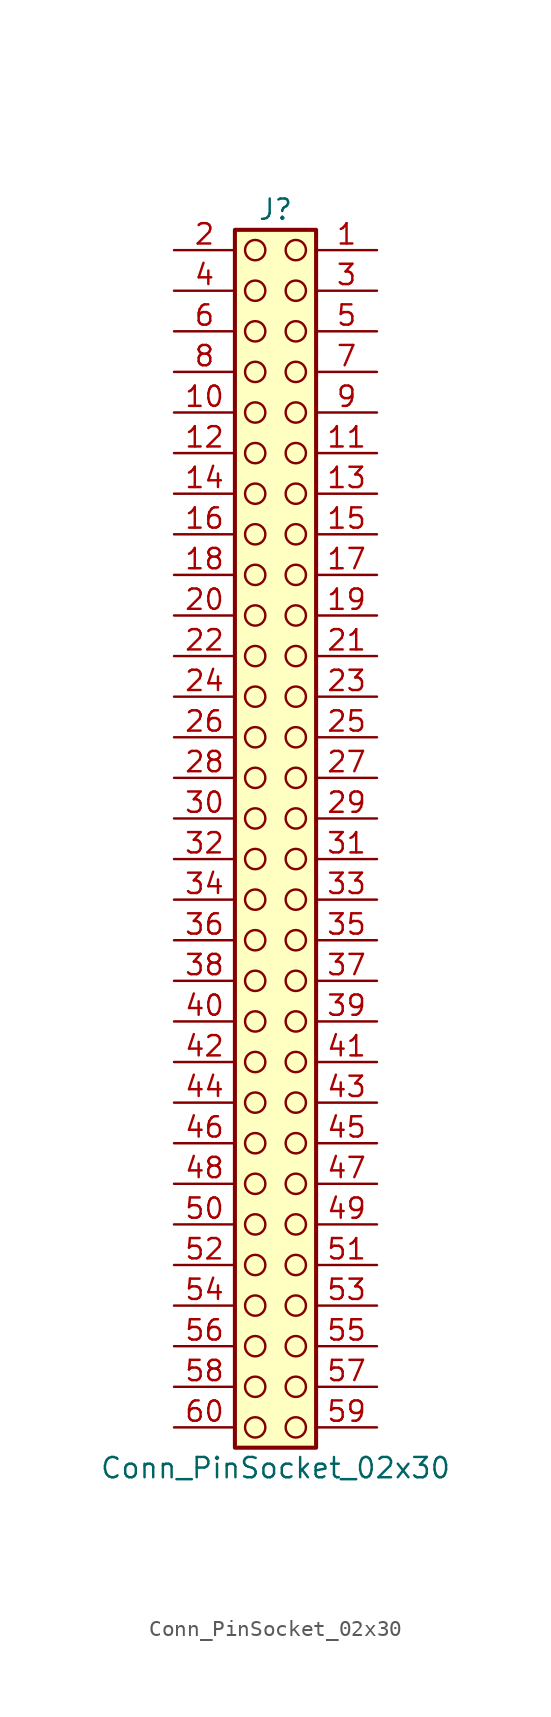
<source format=kicad_sym>
(kicad_symbol_lib
  (version 20241209)
  (generator "kicad_symbol_editor")
  (generator_version "9.0")
  (symbol "Conn_PinSocket_02x30"
    (pin_names
      (offset 1.016)
      (hide yes))
    (property "Reference" "J"
      (at 1.27 38.1 0)
      (effects (font (size 1.27 1.27))))
    (property "Value" "Conn_PinSocket_02x30"
      (at 1.27 -40.64 0)
      (effects (font (size 1.27 1.27))))
    (symbol "Conn_PinSocket_02x30_1_1"
      (rectangle (start -1.27 36.83) (end 3.81 -39.37) (stroke (width 0.254) (type default)) (fill (type background)))
      (circle (center 0 35.56) (radius 0.635) (stroke (width 0) (type solid) (color 132 0 0 1)) (fill (type none)))
      (circle (center 0 33.02) (radius 0.635) (stroke (width 0) (type solid) (color 132 0 0 1)) (fill (type none)))
      (circle (center 0 30.48) (radius 0.635) (stroke (width 0) (type solid) (color 132 0 0 1)) (fill (type none)))
      (circle (center 0 27.94) (radius 0.635) (stroke (width 0) (type solid) (color 132 0 0 1)) (fill (type none)))
      (circle (center 0 25.4) (radius 0.635) (stroke (width 0) (type solid) (color 132 0 0 1)) (fill (type none)))
      (circle (center 0 22.86) (radius 0.635) (stroke (width 0) (type solid) (color 132 0 0 1)) (fill (type none)))
      (circle (center 0 20.32) (radius 0.635) (stroke (width 0) (type solid) (color 132 0 0 1)) (fill (type none)))
      (circle (center 0 17.78) (radius 0.635) (stroke (width 0) (type solid) (color 132 0 0 1)) (fill (type none)))
      (circle (center 0 15.24) (radius 0.635) (stroke (width 0) (type solid) (color 132 0 0 1)) (fill (type none)))
      (circle (center 0 12.7) (radius 0.635) (stroke (width 0) (type solid) (color 132 0 0 1)) (fill (type none)))
      (circle (center 0 10.16) (radius 0.635) (stroke (width 0) (type solid) (color 132 0 0 1)) (fill (type none)))
      (circle (center 0 7.62) (radius 0.635) (stroke (width 0) (type solid) (color 132 0 0 1)) (fill (type none)))
      (circle (center 0 5.08) (radius 0.635) (stroke (width 0) (type solid) (color 132 0 0 1)) (fill (type none)))
      (circle (center 0 2.54) (radius 0.635) (stroke (width 0) (type solid) (color 132 0 0 1)) (fill (type none)))
      (circle (center 0 0) (radius 0.635) (stroke (width 0) (type solid) (color 132 0 0 1)) (fill (type none)))
      (circle (center 0 -2.54) (radius 0.635) (stroke (width 0) (type solid) (color 132 0 0 1)) (fill (type none)))
      (circle (center 0 -5.08) (radius 0.635) (stroke (width 0) (type solid) (color 132 0 0 1)) (fill (type none)))
      (circle (center 0 -7.62) (radius 0.635) (stroke (width 0) (type solid) (color 132 0 0 1)) (fill (type none)))
      (circle (center 0 -10.16) (radius 0.635) (stroke (width 0) (type solid) (color 132 0 0 1)) (fill (type none)))
      (circle (center 0 -12.7) (radius 0.635) (stroke (width 0) (type solid) (color 132 0 0 1)) (fill (type none)))
      (circle (center 0 -15.24) (radius 0.635) (stroke (width 0) (type solid) (color 132 0 0 1)) (fill (type none)))
      (circle (center 0 -17.78) (radius 0.635) (stroke (width 0) (type solid) (color 132 0 0 1)) (fill (type none)))
      (circle (center 0 -20.32) (radius 0.635) (stroke (width 0) (type solid) (color 132 0 0 1)) (fill (type none)))
      (circle (center 0 -22.86) (radius 0.635) (stroke (width 0) (type solid) (color 132 0 0 1)) (fill (type none)))
      (circle (center 0 -25.4) (radius 0.635) (stroke (width 0) (type solid) (color 132 0 0 1)) (fill (type none)))
      (circle (center 0 -27.94) (radius 0.635) (stroke (width 0) (type solid) (color 132 0 0 1)) (fill (type none)))
      (circle (center 0 -30.48) (radius 0.635) (stroke (width 0) (type solid) (color 132 0 0 1)) (fill (type none)))
      (circle (center 0 -33.02) (radius 0.635) (stroke (width 0) (type solid) (color 132 0 0 1)) (fill (type none)))
      (circle (center 0 -35.56) (radius 0.635) (stroke (width 0) (type solid) (color 132 0 0 1)) (fill (type none)))
      (circle (center 0 -38.1) (radius 0.635) (stroke (width 0) (type solid) (color 132 0 0 1)) (fill (type none)))
      (circle (center 2.54 35.56) (radius 0.635) (stroke (width 0) (type solid) (color 132 0 0 1)) (fill (type none)))
      (circle (center 2.54 33.02) (radius 0.635) (stroke (width 0) (type solid) (color 132 0 0 1)) (fill (type none)))
      (circle (center 2.54 30.48) (radius 0.635) (stroke (width 0) (type solid) (color 132 0 0 1)) (fill (type none)))
      (circle (center 2.54 27.94) (radius 0.635) (stroke (width 0) (type solid) (color 132 0 0 1)) (fill (type none)))
      (circle (center 2.54 25.4) (radius 0.635) (stroke (width 0) (type solid) (color 132 0 0 1)) (fill (type none)))
      (circle (center 2.54 22.86) (radius 0.635) (stroke (width 0) (type solid) (color 132 0 0 1)) (fill (type none)))
      (circle (center 2.54 20.32) (radius 0.635) (stroke (width 0) (type solid) (color 132 0 0 1)) (fill (type none)))
      (circle (center 2.54 17.78) (radius 0.635) (stroke (width 0) (type solid) (color 132 0 0 1)) (fill (type none)))
      (circle (center 2.54 15.24) (radius 0.635) (stroke (width 0) (type solid) (color 132 0 0 1)) (fill (type none)))
      (circle (center 2.54 12.7) (radius 0.635) (stroke (width 0) (type solid) (color 132 0 0 1)) (fill (type none)))
      (circle (center 2.54 10.16) (radius 0.635) (stroke (width 0) (type solid) (color 132 0 0 1)) (fill (type none)))
      (circle (center 2.54 7.62) (radius 0.635) (stroke (width 0) (type solid) (color 132 0 0 1)) (fill (type none)))
      (circle (center 2.54 5.08) (radius 0.635) (stroke (width 0) (type solid) (color 132 0 0 1)) (fill (type none)))
      (circle (center 2.54 2.54) (radius 0.635) (stroke (width 0) (type solid) (color 132 0 0 1)) (fill (type none)))
      (circle (center 2.54 0) (radius 0.635) (stroke (width 0) (type solid) (color 132 0 0 1)) (fill (type none)))
      (circle (center 2.54 -2.54) (radius 0.635) (stroke (width 0) (type solid) (color 132 0 0 1)) (fill (type none)))
      (circle (center 2.54 -5.08) (radius 0.635) (stroke (width 0) (type solid) (color 132 0 0 1)) (fill (type none)))
      (circle (center 2.54 -7.62) (radius 0.635) (stroke (width 0) (type solid) (color 132 0 0 1)) (fill (type none)))
      (circle (center 2.54 -10.16) (radius 0.635) (stroke (width 0) (type solid) (color 132 0 0 1)) (fill (type none)))
      (circle (center 2.54 -12.7) (radius 0.635) (stroke (width 0) (type solid) (color 132 0 0 1)) (fill (type none)))
      (circle (center 2.54 -15.24) (radius 0.635) (stroke (width 0) (type solid) (color 132 0 0 1)) (fill (type none)))
      (circle (center 2.54 -17.78) (radius 0.635) (stroke (width 0) (type solid) (color 132 0 0 1)) (fill (type none)))
      (circle (center 2.54 -20.32) (radius 0.635) (stroke (width 0) (type solid) (color 132 0 0 1)) (fill (type none)))
      (circle (center 2.54 -22.86) (radius 0.635) (stroke (width 0) (type solid) (color 132 0 0 1)) (fill (type none)))
      (circle (center 2.54 -25.4) (radius 0.635) (stroke (width 0) (type solid) (color 132 0 0 1)) (fill (type none)))
      (circle (center 2.54 -27.94) (radius 0.635) (stroke (width 0) (type solid) (color 132 0 0 1)) (fill (type none)))
      (circle (center 2.54 -30.48) (radius 0.635) (stroke (width 0) (type solid) (color 132 0 0 1)) (fill (type none)))
      (circle (center 2.54 -33.02) (radius 0.635) (stroke (width 0) (type solid) (color 132 0 0 1)) (fill (type none)))
      (circle (center 2.54 -35.56) (radius 0.635) (stroke (width 0) (type solid) (color 132 0 0 1)) (fill (type none)))
      (circle (center 2.54 -38.1) (radius 0.635) (stroke (width 0) (type solid) (color 132 0 0 1)) (fill (type none)))
      (pin passive line (at -5.08 35.56 0) (length 3.81) (name "Pin_2" (effects (font (size 1.27 1.27)))) (number "2" (effects (font (size 1.27 1.27)))))
      (pin passive line (at -5.08 33.02 0) (length 3.81) (name "Pin_4" (effects (font (size 1.27 1.27)))) (number "4" (effects (font (size 1.27 1.27)))))
      (pin passive line (at -5.08 30.48 0) (length 3.81) (name "Pin_6" (effects (font (size 1.27 1.27)))) (number "6" (effects (font (size 1.27 1.27)))))
      (pin passive line (at -5.08 27.94 0) (length 3.81) (name "Pin_8" (effects (font (size 1.27 1.27)))) (number "8" (effects (font (size 1.27 1.27)))))
      (pin passive line (at -5.08 25.4 0) (length 3.81) (name "Pin_10" (effects (font (size 1.27 1.27)))) (number "10" (effects (font (size 1.27 1.27)))))
      (pin passive line (at -5.08 22.86 0) (length 3.81) (name "Pin_12" (effects (font (size 1.27 1.27)))) (number "12" (effects (font (size 1.27 1.27)))))
      (pin passive line (at -5.08 20.32 0) (length 3.81) (name "Pin_14" (effects (font (size 1.27 1.27)))) (number "14" (effects (font (size 1.27 1.27)))))
      (pin passive line (at -5.08 17.78 0) (length 3.81) (name "Pin_16" (effects (font (size 1.27 1.27)))) (number "16" (effects (font (size 1.27 1.27)))))
      (pin passive line (at -5.08 15.24 0) (length 3.81) (name "Pin_18" (effects (font (size 1.27 1.27)))) (number "18" (effects (font (size 1.27 1.27)))))
      (pin passive line (at -5.08 12.7 0) (length 3.81) (name "Pin_20" (effects (font (size 1.27 1.27)))) (number "20" (effects (font (size 1.27 1.27)))))
      (pin passive line (at -5.08 10.16 0) (length 3.81) (name "Pin_22" (effects (font (size 1.27 1.27)))) (number "22" (effects (font (size 1.27 1.27)))))
      (pin passive line (at -5.08 7.62 0) (length 3.81) (name "Pin_24" (effects (font (size 1.27 1.27)))) (number "24" (effects (font (size 1.27 1.27)))))
      (pin passive line (at -5.08 5.08 0) (length 3.81) (name "Pin_26" (effects (font (size 1.27 1.27)))) (number "26" (effects (font (size 1.27 1.27)))))
      (pin passive line (at -5.08 2.54 0) (length 3.81) (name "Pin_28" (effects (font (size 1.27 1.27)))) (number "28" (effects (font (size 1.27 1.27)))))
      (pin passive line (at -5.08 0 0) (length 3.81) (name "Pin_30" (effects (font (size 1.27 1.27)))) (number "30" (effects (font (size 1.27 1.27)))))
      (pin passive line (at -5.08 -2.54 0) (length 3.81) (name "Pin_32" (effects (font (size 1.27 1.27)))) (number "32" (effects (font (size 1.27 1.27)))))
      (pin passive line (at -5.08 -5.08 0) (length 3.81) (name "Pin_34" (effects (font (size 1.27 1.27)))) (number "34" (effects (font (size 1.27 1.27)))))
      (pin passive line (at -5.08 -7.62 0) (length 3.81) (name "Pin_36" (effects (font (size 1.27 1.27)))) (number "36" (effects (font (size 1.27 1.27)))))
      (pin passive line (at -5.08 -10.16 0) (length 3.81) (name "Pin_38" (effects (font (size 1.27 1.27)))) (number "38" (effects (font (size 1.27 1.27)))))
      (pin passive line (at -5.08 -12.7 0) (length 3.81) (name "Pin_40" (effects (font (size 1.27 1.27)))) (number "40" (effects (font (size 1.27 1.27)))))
      (pin passive line (at -5.08 -15.24 0) (length 3.81) (name "Pin_42" (effects (font (size 1.27 1.27)))) (number "42" (effects (font (size 1.27 1.27)))))
      (pin passive line (at -5.08 -17.78 0) (length 3.81) (name "Pin_44" (effects (font (size 1.27 1.27)))) (number "44" (effects (font (size 1.27 1.27)))))
      (pin passive line (at -5.08 -20.32 0) (length 3.81) (name "Pin_46" (effects (font (size 1.27 1.27)))) (number "46" (effects (font (size 1.27 1.27)))))
      (pin passive line (at -5.08 -22.86 0) (length 3.81) (name "Pin_48" (effects (font (size 1.27 1.27)))) (number "48" (effects (font (size 1.27 1.27)))))
      (pin passive line (at -5.08 -25.4 0) (length 3.81) (name "Pin_50" (effects (font (size 1.27 1.27)))) (number "50" (effects (font (size 1.27 1.27)))))
      (pin passive line (at -5.08 -27.94 0) (length 3.81) (name "Pin_52" (effects (font (size 1.27 1.27)))) (number "52" (effects (font (size 1.27 1.27)))))
      (pin passive line (at -5.08 -30.48 0) (length 3.81) (name "Pin_54" (effects (font (size 1.27 1.27)))) (number "54" (effects (font (size 1.27 1.27)))))
      (pin passive line (at -5.08 -33.02 0) (length 3.81) (name "Pin_56" (effects (font (size 1.27 1.27)))) (number "56" (effects (font (size 1.27 1.27)))))
      (pin passive line (at -5.08 -35.56 0) (length 3.81) (name "Pin_58" (effects (font (size 1.27 1.27)))) (number "58" (effects (font (size 1.27 1.27)))))
      (pin passive line (at -5.08 -38.1 0) (length 3.81) (name "Pin_60" (effects (font (size 1.27 1.27)))) (number "60" (effects (font (size 1.27 1.27)))))
      (pin passive line (at 7.62 35.56 180) (length 3.81) (name "Pin_1" (effects (font (size 1.27 1.27)))) (number "1" (effects (font (size 1.27 1.27)))))
      (pin passive line (at 7.62 33.02 180) (length 3.81) (name "Pin_3" (effects (font (size 1.27 1.27)))) (number "3" (effects (font (size 1.27 1.27)))))
      (pin passive line (at 7.62 30.48 180) (length 3.81) (name "Pin_5" (effects (font (size 1.27 1.27)))) (number "5" (effects (font (size 1.27 1.27)))))
      (pin passive line (at 7.62 27.94 180) (length 3.81) (name "Pin_7" (effects (font (size 1.27 1.27)))) (number "7" (effects (font (size 1.27 1.27)))))
      (pin passive line (at 7.62 25.4 180) (length 3.81) (name "Pin_9" (effects (font (size 1.27 1.27)))) (number "9" (effects (font (size 1.27 1.27)))))
      (pin passive line (at 7.62 22.86 180) (length 3.81) (name "Pin_11" (effects (font (size 1.27 1.27)))) (number "11" (effects (font (size 1.27 1.27)))))
      (pin passive line (at 7.62 20.32 180) (length 3.81) (name "Pin_13" (effects (font (size 1.27 1.27)))) (number "13" (effects (font (size 1.27 1.27)))))
      (pin passive line (at 7.62 17.78 180) (length 3.81) (name "Pin_15" (effects (font (size 1.27 1.27)))) (number "15" (effects (font (size 1.27 1.27)))))
      (pin passive line (at 7.62 15.24 180) (length 3.81) (name "Pin_17" (effects (font (size 1.27 1.27)))) (number "17" (effects (font (size 1.27 1.27)))))
      (pin passive line (at 7.62 12.7 180) (length 3.81) (name "Pin_19" (effects (font (size 1.27 1.27)))) (number "19" (effects (font (size 1.27 1.27)))))
      (pin passive line (at 7.62 10.16 180) (length 3.81) (name "Pin_21" (effects (font (size 1.27 1.27)))) (number "21" (effects (font (size 1.27 1.27)))))
      (pin passive line (at 7.62 7.62 180) (length 3.81) (name "Pin_23" (effects (font (size 1.27 1.27)))) (number "23" (effects (font (size 1.27 1.27)))))
      (pin passive line (at 7.62 5.08 180) (length 3.81) (name "Pin_25" (effects (font (size 1.27 1.27)))) (number "25" (effects (font (size 1.27 1.27)))))
      (pin passive line (at 7.62 2.54 180) (length 3.81) (name "Pin_27" (effects (font (size 1.27 1.27)))) (number "27" (effects (font (size 1.27 1.27)))))
      (pin passive line (at 7.62 0 180) (length 3.81) (name "Pin_29" (effects (font (size 1.27 1.27)))) (number "29" (effects (font (size 1.27 1.27)))))
      (pin passive line (at 7.62 -2.54 180) (length 3.81) (name "Pin_31" (effects (font (size 1.27 1.27)))) (number "31" (effects (font (size 1.27 1.27)))))
      (pin passive line (at 7.62 -5.08 180) (length 3.81) (name "Pin_33" (effects (font (size 1.27 1.27)))) (number "33" (effects (font (size 1.27 1.27)))))
      (pin passive line (at 7.62 -7.62 180) (length 3.81) (name "Pin_35" (effects (font (size 1.27 1.27)))) (number "35" (effects (font (size 1.27 1.27)))))
      (pin passive line (at 7.62 -10.16 180) (length 3.81) (name "Pin_37" (effects (font (size 1.27 1.27)))) (number "37" (effects (font (size 1.27 1.27)))))
      (pin passive line (at 7.62 -12.7 180) (length 3.81) (name "Pin_39" (effects (font (size 1.27 1.27)))) (number "39" (effects (font (size 1.27 1.27)))))
      (pin passive line (at 7.62 -15.24 180) (length 3.81) (name "Pin_41" (effects (font (size 1.27 1.27)))) (number "41" (effects (font (size 1.27 1.27)))))
      (pin passive line (at 7.62 -17.78 180) (length 3.81) (name "Pin_43" (effects (font (size 1.27 1.27)))) (number "43" (effects (font (size 1.27 1.27)))))
      (pin passive line (at 7.62 -20.32 180) (length 3.81) (name "Pin_45" (effects (font (size 1.27 1.27)))) (number "45" (effects (font (size 1.27 1.27)))))
      (pin passive line (at 7.62 -22.86 180) (length 3.81) (name "Pin_47" (effects (font (size 1.27 1.27)))) (number "47" (effects (font (size 1.27 1.27)))))
      (pin passive line (at 7.62 -25.4 180) (length 3.81) (name "Pin_49" (effects (font (size 1.27 1.27)))) (number "49" (effects (font (size 1.27 1.27)))))
      (pin passive line (at 7.62 -27.94 180) (length 3.81) (name "Pin_51" (effects (font (size 1.27 1.27)))) (number "51" (effects (font (size 1.27 1.27)))))
      (pin passive line (at 7.62 -30.48 180) (length 3.81) (name "Pin_53" (effects (font (size 1.27 1.27)))) (number "53" (effects (font (size 1.27 1.27)))))
      (pin passive line (at 7.62 -33.02 180) (length 3.81) (name "Pin_55" (effects (font (size 1.27 1.27)))) (number "55" (effects (font (size 1.27 1.27)))))
      (pin passive line (at 7.62 -35.56 180) (length 3.81) (name "Pin_57" (effects (font (size 1.27 1.27)))) (number "57" (effects (font (size 1.27 1.27)))))
      (pin passive line (at 7.62 -38.1 180) (length 3.81) (name "Pin_59" (effects (font (size 1.27 1.27)))) (number "59" (effects (font (size 1.27 1.27))))))))
</source>
